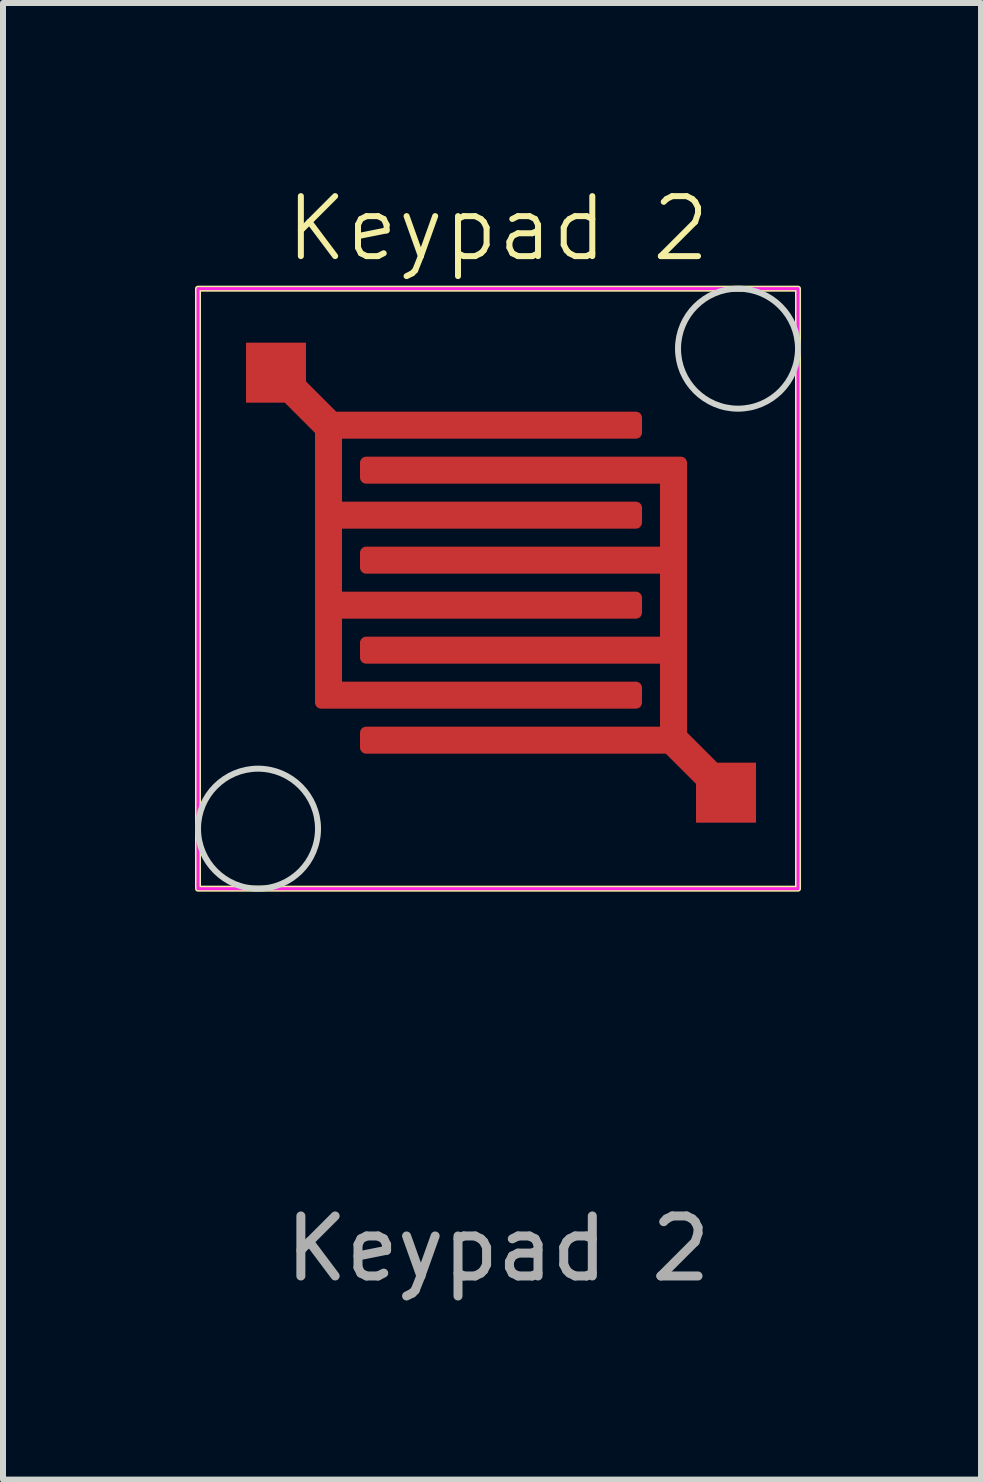
<source format=kicad_pcb>
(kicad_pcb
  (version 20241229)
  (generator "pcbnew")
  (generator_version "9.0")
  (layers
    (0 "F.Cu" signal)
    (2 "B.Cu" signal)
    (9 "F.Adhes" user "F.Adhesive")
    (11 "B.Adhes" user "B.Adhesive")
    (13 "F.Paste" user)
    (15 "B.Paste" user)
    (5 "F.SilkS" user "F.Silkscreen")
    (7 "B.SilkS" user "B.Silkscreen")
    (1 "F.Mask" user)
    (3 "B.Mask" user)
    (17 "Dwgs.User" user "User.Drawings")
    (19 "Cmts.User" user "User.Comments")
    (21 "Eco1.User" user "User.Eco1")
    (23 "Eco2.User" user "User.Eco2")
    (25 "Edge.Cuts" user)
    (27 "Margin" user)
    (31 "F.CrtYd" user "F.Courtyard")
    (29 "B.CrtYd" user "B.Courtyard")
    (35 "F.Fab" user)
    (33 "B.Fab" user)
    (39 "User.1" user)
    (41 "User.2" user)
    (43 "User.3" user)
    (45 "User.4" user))
  (footprint "Keypad 2"
    (layer "F.Cu")
    (at 0.25 11.761)
    (property "Reference" "Keypad 2" (at 5 -11 0) (unlocked yes) (layer "F.SilkS") (effects (font (size 1 1) (thickness 0.1))))
    (attr smd)
    (fp_circle (center 5 -5) (end 9 -5) (stroke (width 0.1) (type solid)) (fill yes) (layer "F.Mask"))
    (fp_rect (start 0 -10) (end 10 0) (stroke (width 0.1) (type default)) (fill no) (layer "F.SilkS"))
    (fp_circle (center 1 -1) (end 0 -1) (stroke (width 0.1) (type solid)) (fill no) (layer "Edge.Cuts"))
    (fp_circle (center 9 -9) (end 10 -9) (stroke (width 0.1) (type solid)) (fill no) (layer "Edge.Cuts"))
    (fp_rect (start 0 -10) (end 10 0) (stroke (width 0.05) (type solid)) (fill no) (layer "F.CrtYd"))
    (fp_circle (center 5 -5) (end 7 -5) (stroke (width 0.1) (type solid)) (fill no) (layer "User.1"))
    (fp_text user "${REFERENCE}" (at 5 6 0) (unlocked yes) (layer "F.Fab") (effects (font (size 1 1) (thickness 0.15))))
    (pad "1" smd custom (at 1.3 -8.6 180) (size 1 1) (layers "F.Cu") (options (anchor rect)) (primitives (gr_line (start -0.875 -0.875) (end -0.25 -0.25) (width 0.5)) (gr_rect (start -1 -5.5) (end -0.75 -0.75) (width 0.2) (fill yes)) (gr_rect (start -6 -1) (end -1 -0.75) (width 0.2) (fill yes)) (gr_rect (start -6 -2.5) (end -1 -2.25) (width 0.2) (fill yes)) (gr_rect (start -6 -4) (end -1 -3.75) (width 0.2) (fill yes)) (gr_rect (start -6 -5.5) (end -1 -5.25) (width 0.2) (fill yes))))
    (pad "2" smd custom (at 8.8 -1.6) (size 1 1) (layers "F.Cu") (options (anchor rect)) (primitives (gr_line (start -0.875 -0.875) (end -0.25 -0.25) (width 0.5)) (gr_rect (start -1 -5.5) (end -0.75 -0.75) (width 0.2) (fill yes)) (gr_rect (start -6 -1) (end -1 -0.75) (width 0.2) (fill yes)) (gr_rect (start -6 -2.5) (end -1 -2.25) (width 0.2) (fill yes)) (gr_rect (start -6 -4) (end -1 -3.75) (width 0.2) (fill yes)) (gr_rect (start -6 -5.5) (end -1 -5.25) (width 0.2) (fill yes)))))
  (gr_rect
    (start -3 -3)
    (end 13.3 21.609)
    (stroke (width 0.1) (type default))
    (fill no)
    (layer "Edge.Cuts")))
</source>
